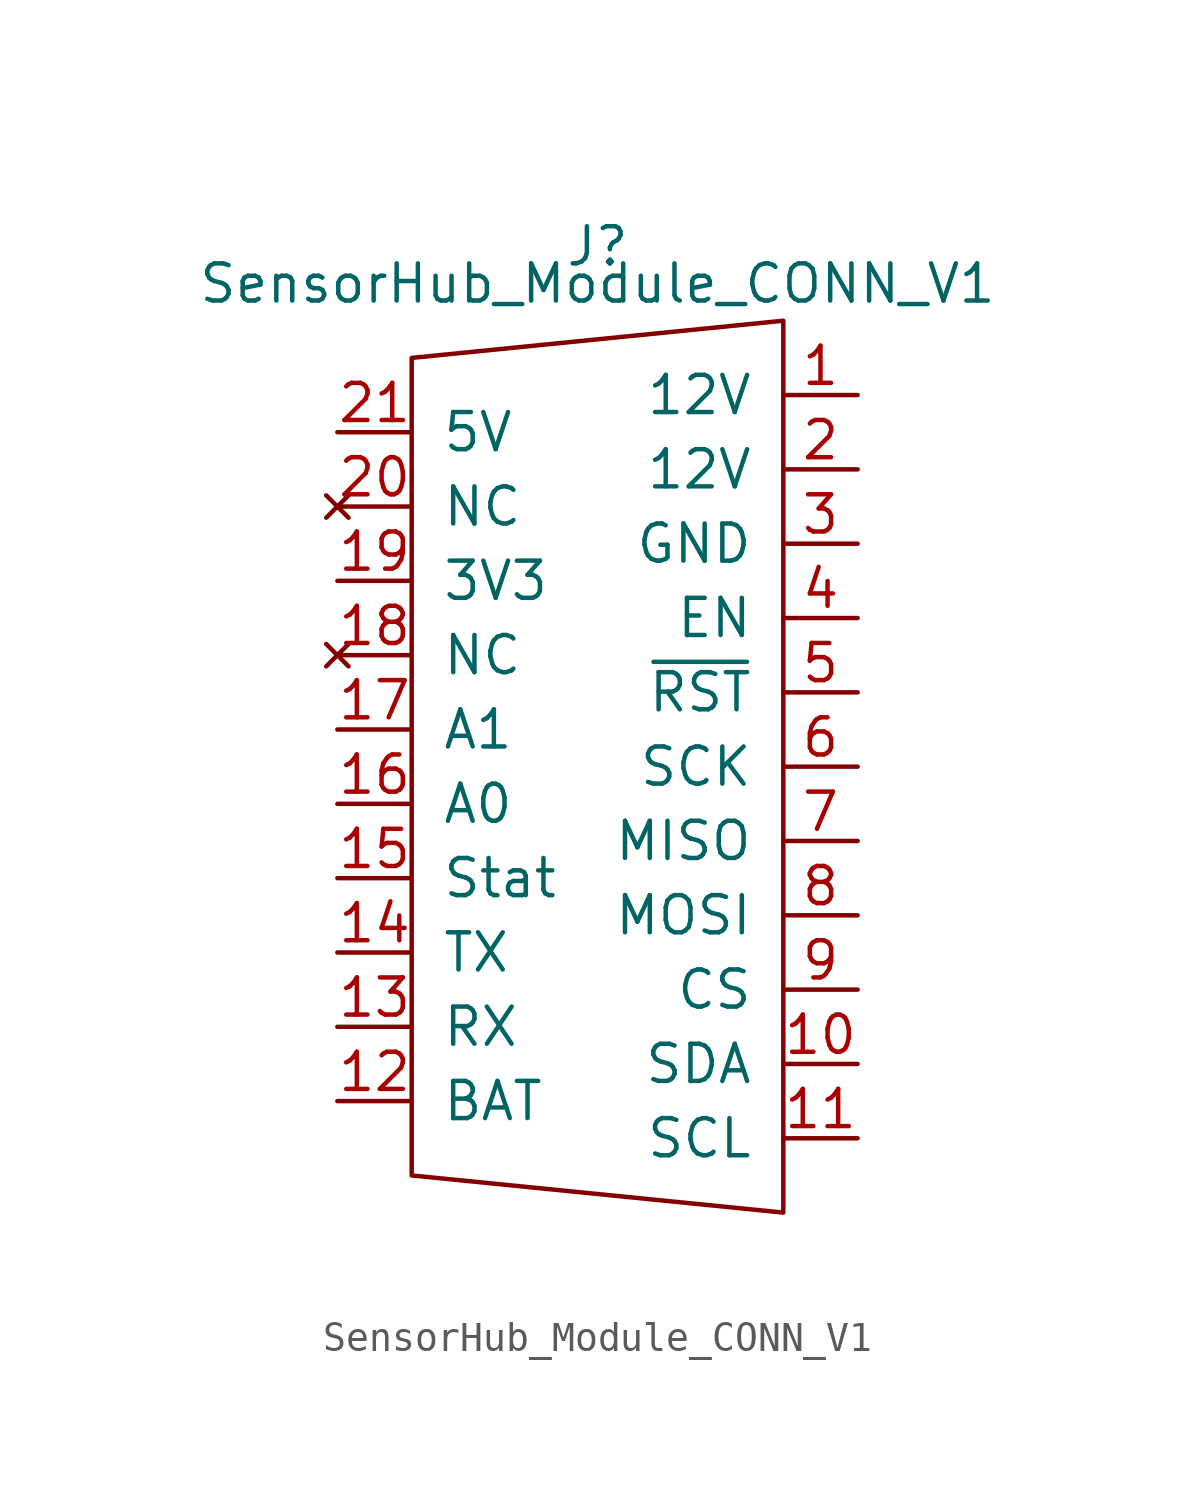
<source format=kicad_sym>
(kicad_symbol_lib
  (version 20211014)
  (generator kicad_symbol_editor)
  (symbol "SensorHub_Module_CONN_V1"
    (pin_names
      (offset 1.016))
    (property "Reference" "J"
      (at 0 15.24 0)
      (effects (font (size 1.27 1.27))))
    (property "Value" "SensorHub_Module_CONN_V1"
      (at 0 13.97 0)
      (effects (font (size 1.27 1.27))))
    (symbol "SensorHub_Module_CONN_V1_0_0"
      (polyline (pts (xy 6.35 12.7) (xy -6.35 11.43) (xy -6.35 -16.51) (xy 6.35 -17.78) (xy 6.35 12.7)) (stroke (width 0) (type default) (color 0 0 0 0)) (fill (type none))))
    (symbol "SensorHub_Module_CONN_V1_1_1"
      (pin power_out line (at 8.89 10.16 180) (length 2.54) (name "12V" (effects (font (size 1.27 1.27)))) (number "1" (effects (font (size 1.27 1.27)))))
      (pin bidirectional line (at 8.89 -12.7 180) (length 2.54) (name "SDA" (effects (font (size 1.27 1.27)))) (number "10" (effects (font (size 1.27 1.27)))))
      (pin output line (at 8.89 -15.24 180) (length 2.54) (name "SCL" (effects (font (size 1.27 1.27)))) (number "11" (effects (font (size 1.27 1.27)))))
      (pin output line (at -8.89 -13.97 0) (length 2.54) (name "BAT" (effects (font (size 1.27 1.27)))) (number "12" (effects (font (size 1.27 1.27)))))
      (pin input line (at -8.89 -11.43 0) (length 2.54) (name "RX" (effects (font (size 1.27 1.27)))) (number "13" (effects (font (size 1.27 1.27)))))
      (pin output line (at -8.89 -8.89 0) (length 2.54) (name "TX" (effects (font (size 1.27 1.27)))) (number "14" (effects (font (size 1.27 1.27)))))
      (pin input line (at -8.89 -6.35 0) (length 2.54) (name "Stat" (effects (font (size 1.27 1.27)))) (number "15" (effects (font (size 1.27 1.27)))))
      (pin input line (at -8.89 -3.81 0) (length 2.54) (name "A0" (effects (font (size 1.27 1.27)))) (number "16" (effects (font (size 1.27 1.27)))))
      (pin input line (at -8.89 -1.27 0) (length 2.54) (name "A1" (effects (font (size 1.27 1.27)))) (number "17" (effects (font (size 1.27 1.27)))))
      (pin no_connect line (at -8.89 1.27 0) (length 2.54) (name "NC" (effects (font (size 1.27 1.27)))) (number "18" (effects (font (size 1.27 1.27)))))
      (pin power_out line (at -8.89 3.81 0) (length 2.54) (name "3V3" (effects (font (size 1.27 1.27)))) (number "19" (effects (font (size 1.27 1.27)))))
      (pin power_in line (at 8.89 7.62 180) (length 2.54) (name "12V" (effects (font (size 1.27 1.27)))) (number "2" (effects (font (size 1.27 1.27)))))
      (pin no_connect line (at -8.89 6.35 0) (length 2.54) (name "NC" (effects (font (size 1.27 1.27)))) (number "20" (effects (font (size 1.27 1.27)))))
      (pin power_out line (at -8.89 8.89 0) (length 2.54) (name "5V" (effects (font (size 1.27 1.27)))) (number "21" (effects (font (size 1.27 1.27)))))
      (pin power_out line (at 8.89 5.08 180) (length 2.54) (name "GND" (effects (font (size 1.27 1.27)))) (number "3" (effects (font (size 1.27 1.27)))))
      (pin output line (at 8.89 2.54 180) (length 2.54) (name "EN" (effects (font (size 1.27 1.27)))) (number "4" (effects (font (size 1.27 1.27)))))
      (pin output line (at 8.89 0 180) (length 2.54) (name "~{RST}" (effects (font (size 1.27 1.27)))) (number "5" (effects (font (size 1.27 1.27)))))
      (pin output line (at 8.89 -2.54 180) (length 2.54) (name "SCK" (effects (font (size 1.27 1.27)))) (number "6" (effects (font (size 1.27 1.27)))))
      (pin input line (at 8.89 -5.08 180) (length 2.54) (name "MISO" (effects (font (size 1.27 1.27)))) (number "7" (effects (font (size 1.27 1.27)))))
      (pin output line (at 8.89 -7.62 180) (length 2.54) (name "MOSI" (effects (font (size 1.27 1.27)))) (number "8" (effects (font (size 1.27 1.27)))))
      (pin output line (at 8.89 -10.16 180) (length 2.54) (name "CS" (effects (font (size 1.27 1.27)))) (number "9" (effects (font (size 1.27 1.27))))))))
</source>
